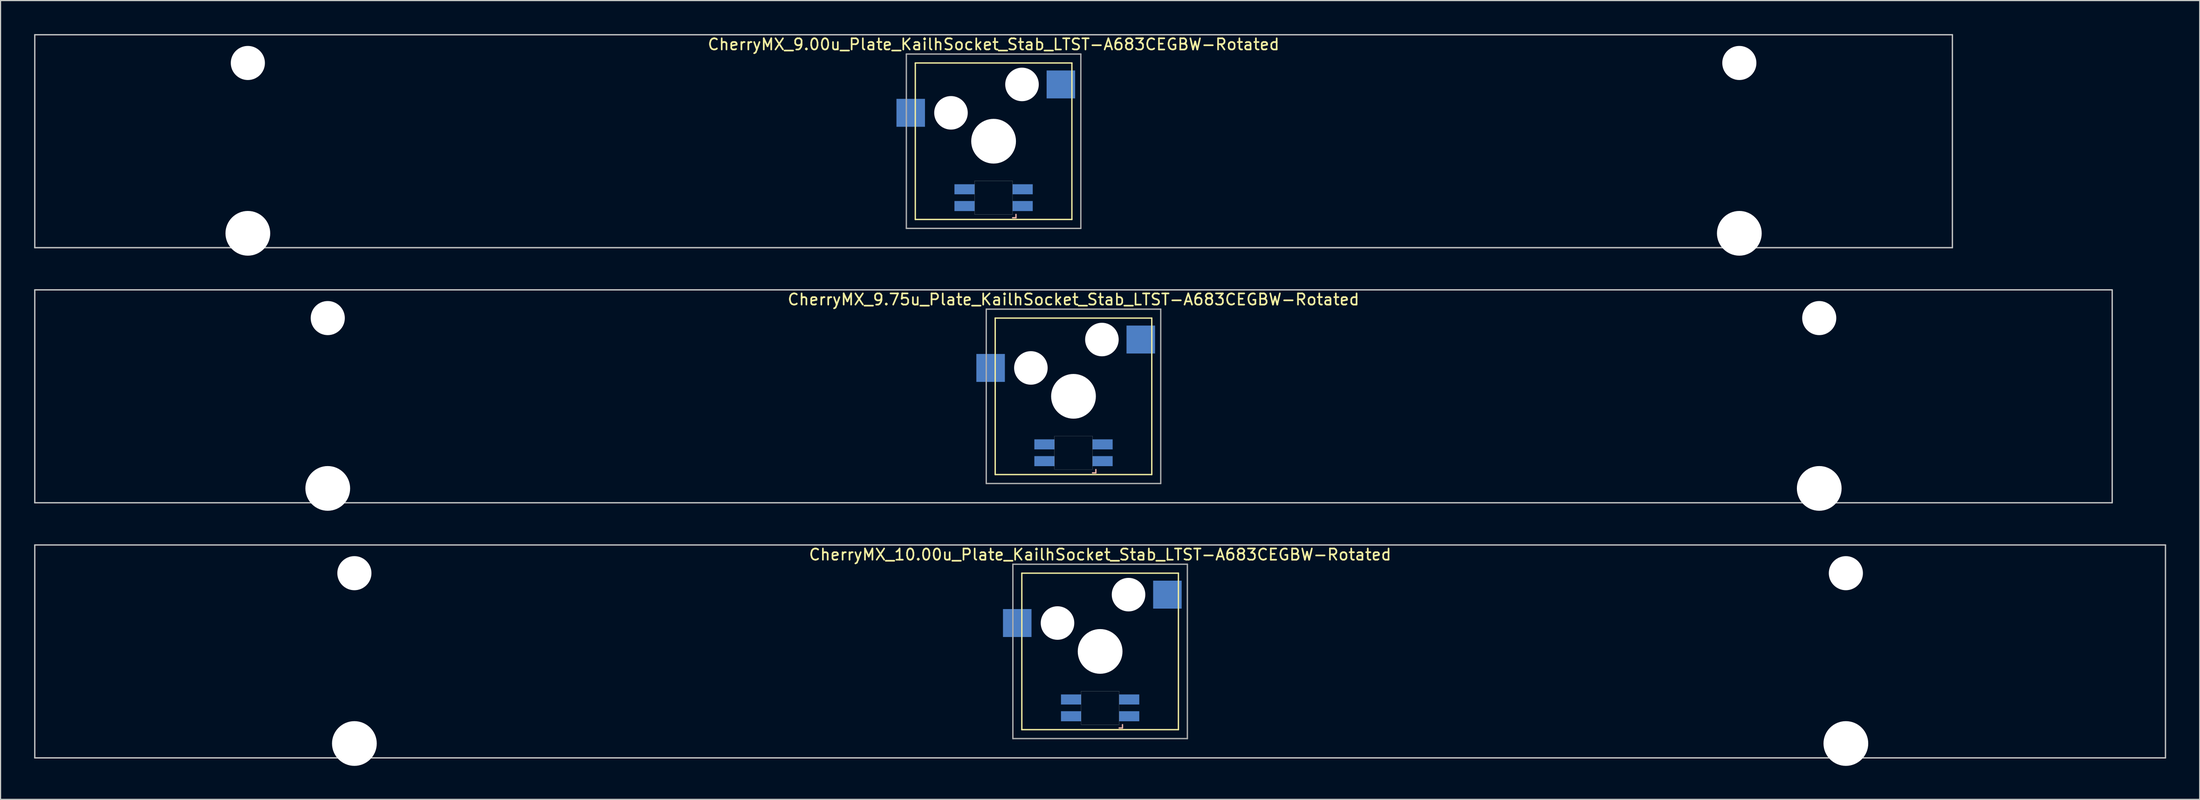
<source format=kicad_pcb>
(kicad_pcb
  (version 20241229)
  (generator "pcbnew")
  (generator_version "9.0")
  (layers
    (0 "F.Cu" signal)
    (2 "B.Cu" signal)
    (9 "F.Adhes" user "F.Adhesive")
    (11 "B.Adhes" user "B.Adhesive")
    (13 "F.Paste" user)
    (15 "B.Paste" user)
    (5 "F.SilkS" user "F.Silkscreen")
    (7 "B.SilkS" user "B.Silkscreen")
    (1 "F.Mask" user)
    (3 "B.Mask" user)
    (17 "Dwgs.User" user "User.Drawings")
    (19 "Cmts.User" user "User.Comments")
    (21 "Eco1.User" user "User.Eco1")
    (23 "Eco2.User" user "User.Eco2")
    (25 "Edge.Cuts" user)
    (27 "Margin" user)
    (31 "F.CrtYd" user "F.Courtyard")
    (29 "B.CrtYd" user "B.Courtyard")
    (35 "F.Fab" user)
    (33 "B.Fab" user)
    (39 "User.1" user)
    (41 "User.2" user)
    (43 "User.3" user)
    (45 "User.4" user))
  (footprint "CherryMX_9.00u_Plate_KailhSocket_Stab_LTST-A683CEGBW-Rotated"
    (layer "F.Cu")
    (at 85.785 9.585)
    (property "Reference" "CherryMX_9.00u_Plate_KailhSocket_Stab_LTST-A683CEGBW-Rotated" (at 0 -8.662 0) (layer "F.SilkS") (effects (font (size 1 1) (thickness 0.15))))
    (attr through_hole)
    (fp_line (start -7 -7) (end -7 7) (stroke (width 0.12) (type solid)) (layer "F.SilkS"))
    (fp_line (start -7 -7) (end 7 -7) (stroke (width 0.12) (type solid)) (layer "F.SilkS"))
    (fp_line (start 7 -7) (end 7 7) (stroke (width 0.12) (type solid)) (layer "F.SilkS"))
    (fp_line (start 7 7) (end -7 7) (stroke (width 0.12) (type solid)) (layer "F.SilkS"))
    (fp_line (start 1.7 6.85) (end 2 6.85) (stroke (width 0.12) (type solid)) (layer "B.SilkS"))
    (fp_line (start 2 6.85) (end 2 6.55) (stroke (width 0.12) (type solid)) (layer "B.SilkS"))
    (fp_line (start -85.725 -9.525) (end 85.725 -9.525) (stroke (width 0.12) (type solid)) (layer "Dwgs.User"))
    (fp_line (start -85.725 9.525) (end -85.725 -9.525) (stroke (width 0.12) (type solid)) (layer "Dwgs.User"))
    (fp_line (start 85.725 -9.525) (end 85.725 9.525) (stroke (width 0.12) (type solid)) (layer "Dwgs.User"))
    (fp_line (start 85.725 9.525) (end -85.725 9.525) (stroke (width 0.12) (type solid)) (layer "Dwgs.User"))
    (fp_poly (pts (xy -1.7 3.55) (xy 1.7 3.55) (xy 1.7 6.55) (xy -1.7 6.55)) (stroke (width 0.01) (type solid)) (fill no) (layer "Edge.Cuts"))
    (fp_line (start -7.8 -7.8) (end -7.8 7.8) (stroke (width 0.12) (type solid)) (layer "F.Fab"))
    (fp_line (start -7.8 -7.8) (end 7.8 -7.8) (stroke (width 0.12) (type solid)) (layer "F.Fab"))
    (fp_line (start -7.8 7.8) (end 7.8 7.8) (stroke (width 0.12) (type solid)) (layer "F.Fab"))
    (fp_line (start 7.8 -7.8) (end 7.8 7.8) (stroke (width 0.12) (type solid)) (layer "F.Fab"))
    (pad "" np_thru_hole circle (at -66.675 -7) (size 3.05 3.05) (drill 3.05) (layers "*.Cu" "*.Mask"))
    (pad "" np_thru_hole circle (at -66.675 8.24) (size 4 4) (drill 4) (layers "*.Cu" "*.Mask"))
    (pad "" np_thru_hole circle (at -3.81 -2.54) (size 3 3) (drill 3) (layers "*.Cu" "*.Mask"))
    (pad "" np_thru_hole circle (at 0 0) (size 4 4) (drill 4) (layers "*.Cu" "*.Mask"))
    (pad "" np_thru_hole circle (at 2.54 -5.08) (size 3 3) (drill 3) (layers "*.Cu" "*.Mask"))
    (pad "" np_thru_hole circle (at 66.675 -7) (size 3.05 3.05) (drill 3.05) (layers "*.Cu" "*.Mask"))
    (pad "" np_thru_hole circle (at 66.675 8.24) (size 4 4) (drill 4) (layers "*.Cu" "*.Mask"))
    (pad "1" smd rect (at -7.41 -2.54) (size 2.55 2.5) (layers "B.Cu" "B.Mask" "B.Paste"))
    (pad "2" smd rect (at 6.015 -5.08) (size 2.55 2.5) (layers "B.Cu" "B.Mask" "B.Paste"))
    (pad "3" smd rect (at 2.6 5.8 180) (size 1.8 0.9) (layers "B.Cu" "B.Mask" "B.Paste"))
    (pad "4" smd rect (at 2.6 4.3 180) (size 1.8 0.9) (layers "B.Cu" "B.Mask" "B.Paste"))
    (pad "5" smd rect (at -2.6 5.8 180) (size 1.8 0.9) (layers "B.Cu" "B.Mask" "B.Paste"))
    (pad "6" smd rect (at -2.6 4.3 180) (size 1.8 0.9) (layers "B.Cu" "B.Mask" "B.Paste")))
  (footprint "CherryMX_9.75u_Plate_KailhSocket_Stab_LTST-A683CEGBW-Rotated"
    (layer "F.Cu")
    (at 92.929 32.41)
    (property "Reference" "CherryMX_9.75u_Plate_KailhSocket_Stab_LTST-A683CEGBW-Rotated" (at 0 -8.662 0) (layer "F.SilkS") (effects (font (size 1 1) (thickness 0.15))))
    (attr through_hole)
    (fp_line (start -7 -7) (end -7 7) (stroke (width 0.12) (type solid)) (layer "F.SilkS"))
    (fp_line (start -7 -7) (end 7 -7) (stroke (width 0.12) (type solid)) (layer "F.SilkS"))
    (fp_line (start 7 -7) (end 7 7) (stroke (width 0.12) (type solid)) (layer "F.SilkS"))
    (fp_line (start 7 7) (end -7 7) (stroke (width 0.12) (type solid)) (layer "F.SilkS"))
    (fp_line (start 1.7 6.85) (end 2 6.85) (stroke (width 0.12) (type solid)) (layer "B.SilkS"))
    (fp_line (start 2 6.85) (end 2 6.55) (stroke (width 0.12) (type solid)) (layer "B.SilkS"))
    (fp_line (start -92.869 -9.525) (end 92.869 -9.525) (stroke (width 0.12) (type solid)) (layer "Dwgs.User"))
    (fp_line (start -92.869 9.525) (end -92.869 -9.525) (stroke (width 0.12) (type solid)) (layer "Dwgs.User"))
    (fp_line (start 92.869 -9.525) (end 92.869 9.525) (stroke (width 0.12) (type solid)) (layer "Dwgs.User"))
    (fp_line (start 92.869 9.525) (end -92.869 9.525) (stroke (width 0.12) (type solid)) (layer "Dwgs.User"))
    (fp_poly (pts (xy -1.7 3.55) (xy 1.7 3.55) (xy 1.7 6.55) (xy -1.7 6.55)) (stroke (width 0.01) (type solid)) (fill no) (layer "Edge.Cuts"))
    (fp_line (start -7.8 -7.8) (end -7.8 7.8) (stroke (width 0.12) (type solid)) (layer "F.Fab"))
    (fp_line (start -7.8 -7.8) (end 7.8 -7.8) (stroke (width 0.12) (type solid)) (layer "F.Fab"))
    (fp_line (start -7.8 7.8) (end 7.8 7.8) (stroke (width 0.12) (type solid)) (layer "F.Fab"))
    (fp_line (start 7.8 -7.8) (end 7.8 7.8) (stroke (width 0.12) (type solid)) (layer "F.Fab"))
    (pad "" np_thru_hole circle (at -66.675 -7) (size 3.05 3.05) (drill 3.05) (layers "*.Cu" "*.Mask"))
    (pad "" np_thru_hole circle (at -66.675 8.24) (size 4 4) (drill 4) (layers "*.Cu" "*.Mask"))
    (pad "" np_thru_hole circle (at -3.81 -2.54) (size 3 3) (drill 3) (layers "*.Cu" "*.Mask"))
    (pad "" np_thru_hole circle (at 0 0) (size 4 4) (drill 4) (layers "*.Cu" "*.Mask"))
    (pad "" np_thru_hole circle (at 2.54 -5.08) (size 3 3) (drill 3) (layers "*.Cu" "*.Mask"))
    (pad "" np_thru_hole circle (at 66.675 -7) (size 3.05 3.05) (drill 3.05) (layers "*.Cu" "*.Mask"))
    (pad "" np_thru_hole circle (at 66.675 8.24) (size 4 4) (drill 4) (layers "*.Cu" "*.Mask"))
    (pad "1" smd rect (at -7.41 -2.54) (size 2.55 2.5) (layers "B.Cu" "B.Mask" "B.Paste"))
    (pad "2" smd rect (at 6.015 -5.08) (size 2.55 2.5) (layers "B.Cu" "B.Mask" "B.Paste"))
    (pad "3" smd rect (at 2.6 5.8 180) (size 1.8 0.9) (layers "B.Cu" "B.Mask" "B.Paste"))
    (pad "4" smd rect (at 2.6 4.3 180) (size 1.8 0.9) (layers "B.Cu" "B.Mask" "B.Paste"))
    (pad "5" smd rect (at -2.6 5.8 180) (size 1.8 0.9) (layers "B.Cu" "B.Mask" "B.Paste"))
    (pad "6" smd rect (at -2.6 4.3 180) (size 1.8 0.9) (layers "B.Cu" "B.Mask" "B.Paste")))
  (footprint "CherryMX_10.00u_Plate_KailhSocket_Stab_LTST-A683CEGBW-Rotated"
    (layer "F.Cu")
    (at 95.31 55.235)
    (property "Reference" "CherryMX_10.00u_Plate_KailhSocket_Stab_LTST-A683CEGBW-Rotated" (at 0 -8.662 0) (layer "F.SilkS") (effects (font (size 1 1) (thickness 0.15))))
    (attr through_hole)
    (fp_line (start -7 -7) (end -7 7) (stroke (width 0.12) (type solid)) (layer "F.SilkS"))
    (fp_line (start -7 -7) (end 7 -7) (stroke (width 0.12) (type solid)) (layer "F.SilkS"))
    (fp_line (start 7 -7) (end 7 7) (stroke (width 0.12) (type solid)) (layer "F.SilkS"))
    (fp_line (start 7 7) (end -7 7) (stroke (width 0.12) (type solid)) (layer "F.SilkS"))
    (fp_line (start 1.7 6.85) (end 2 6.85) (stroke (width 0.12) (type solid)) (layer "B.SilkS"))
    (fp_line (start 2 6.85) (end 2 6.55) (stroke (width 0.12) (type solid)) (layer "B.SilkS"))
    (fp_line (start -95.25 -9.525) (end 95.25 -9.525) (stroke (width 0.12) (type solid)) (layer "Dwgs.User"))
    (fp_line (start -95.25 9.525) (end -95.25 -9.525) (stroke (width 0.12) (type solid)) (layer "Dwgs.User"))
    (fp_line (start 95.25 -9.525) (end 95.25 9.525) (stroke (width 0.12) (type solid)) (layer "Dwgs.User"))
    (fp_line (start 95.25 9.525) (end -95.25 9.525) (stroke (width 0.12) (type solid)) (layer "Dwgs.User"))
    (fp_poly (pts (xy -1.7 3.55) (xy 1.7 3.55) (xy 1.7 6.55) (xy -1.7 6.55)) (stroke (width 0.01) (type solid)) (fill no) (layer "Edge.Cuts"))
    (fp_line (start -7.8 -7.8) (end -7.8 7.8) (stroke (width 0.12) (type solid)) (layer "F.Fab"))
    (fp_line (start -7.8 -7.8) (end 7.8 -7.8) (stroke (width 0.12) (type solid)) (layer "F.Fab"))
    (fp_line (start -7.8 7.8) (end 7.8 7.8) (stroke (width 0.12) (type solid)) (layer "F.Fab"))
    (fp_line (start 7.8 -7.8) (end 7.8 7.8) (stroke (width 0.12) (type solid)) (layer "F.Fab"))
    (pad "" np_thru_hole circle (at -66.675 -7) (size 3.05 3.05) (drill 3.05) (layers "*.Cu" "*.Mask"))
    (pad "" np_thru_hole circle (at -66.675 8.24) (size 4 4) (drill 4) (layers "*.Cu" "*.Mask"))
    (pad "" np_thru_hole circle (at -3.81 -2.54) (size 3 3) (drill 3) (layers "*.Cu" "*.Mask"))
    (pad "" np_thru_hole circle (at 0 0) (size 4 4) (drill 4) (layers "*.Cu" "*.Mask"))
    (pad "" np_thru_hole circle (at 2.54 -5.08) (size 3 3) (drill 3) (layers "*.Cu" "*.Mask"))
    (pad "" np_thru_hole circle (at 66.675 -7) (size 3.05 3.05) (drill 3.05) (layers "*.Cu" "*.Mask"))
    (pad "" np_thru_hole circle (at 66.675 8.24) (size 4 4) (drill 4) (layers "*.Cu" "*.Mask"))
    (pad "1" smd rect (at -7.41 -2.54) (size 2.55 2.5) (layers "B.Cu" "B.Mask" "B.Paste"))
    (pad "2" smd rect (at 6.015 -5.08) (size 2.55 2.5) (layers "B.Cu" "B.Mask" "B.Paste"))
    (pad "3" smd rect (at 2.6 5.8 180) (size 1.8 0.9) (layers "B.Cu" "B.Mask" "B.Paste"))
    (pad "4" smd rect (at 2.6 4.3 180) (size 1.8 0.9) (layers "B.Cu" "B.Mask" "B.Paste"))
    (pad "5" smd rect (at -2.6 5.8 180) (size 1.8 0.9) (layers "B.Cu" "B.Mask" "B.Paste"))
    (pad "6" smd rect (at -2.6 4.3 180) (size 1.8 0.9) (layers "B.Cu" "B.Mask" "B.Paste")))
  (gr_rect
    (start -3 -3)
    (end 193.62 68.475)
    (stroke (width 0.1) (type default))
    (fill no)
    (layer "Edge.Cuts")))
</source>
